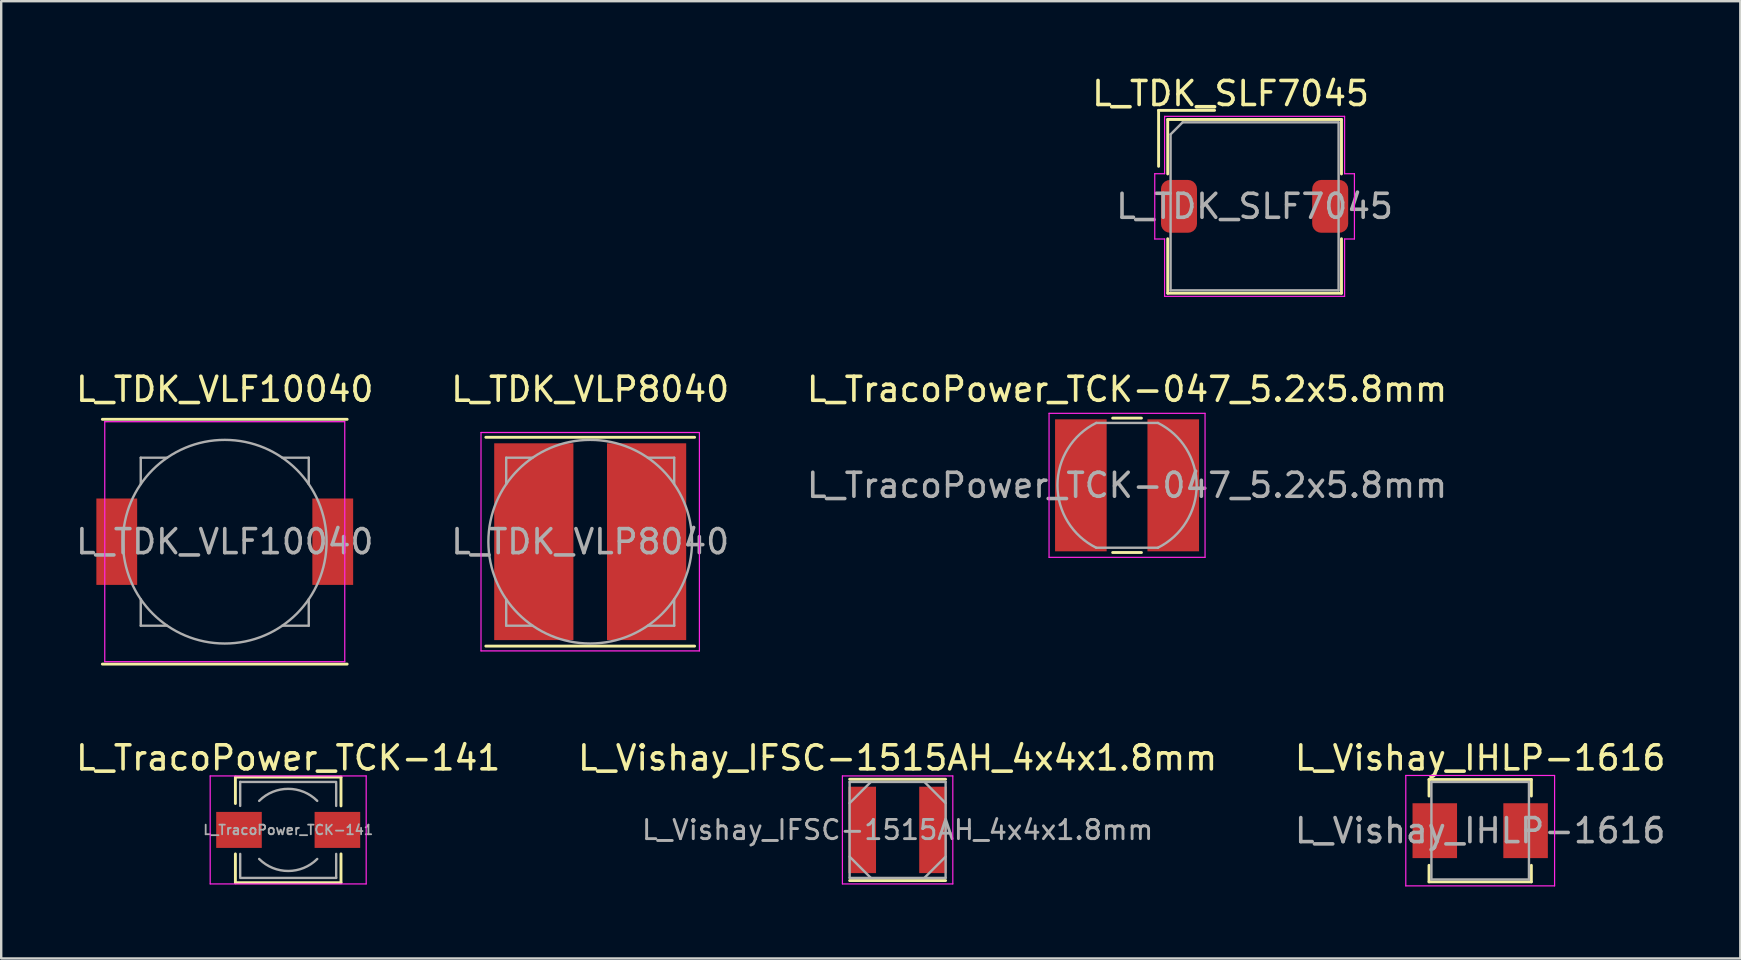
<source format=kicad_pcb>
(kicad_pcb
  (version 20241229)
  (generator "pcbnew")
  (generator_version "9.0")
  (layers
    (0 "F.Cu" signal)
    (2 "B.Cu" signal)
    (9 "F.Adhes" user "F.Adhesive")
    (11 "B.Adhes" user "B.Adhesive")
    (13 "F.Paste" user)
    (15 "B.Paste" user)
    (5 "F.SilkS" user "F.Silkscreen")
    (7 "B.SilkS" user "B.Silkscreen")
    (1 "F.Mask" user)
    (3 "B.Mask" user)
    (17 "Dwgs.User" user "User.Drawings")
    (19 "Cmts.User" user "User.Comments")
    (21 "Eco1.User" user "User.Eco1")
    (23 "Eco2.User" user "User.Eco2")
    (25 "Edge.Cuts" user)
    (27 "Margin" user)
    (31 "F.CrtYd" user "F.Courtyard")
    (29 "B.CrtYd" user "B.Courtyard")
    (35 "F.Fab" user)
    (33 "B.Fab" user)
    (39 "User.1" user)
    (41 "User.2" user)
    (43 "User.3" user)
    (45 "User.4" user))
  (footprint "L_Vishay_IHLP-1616"
    (layer "F.Cu")
    (at 58.625 31.562)
    (property "Reference" "L_Vishay_IHLP-1616" (at 0 -3.032 0) (layer "F.SilkS") (effects (font (size 1 1) (thickness 0.15))))
    (attr smd)
    (fp_line (start -2.132 -2.132) (end 2.132 -2.132) (stroke (width 0.12) (type solid)) (layer "F.SilkS"))
    (fp_line (start -2.132 -1.443) (end -2.132 -2.132) (stroke (width 0.12) (type solid)) (layer "F.SilkS"))
    (fp_line (start -2.132 1.443) (end -2.132 2.132) (stroke (width 0.12) (type solid)) (layer "F.SilkS"))
    (fp_line (start -2.132 2.132) (end 2.132 2.132) (stroke (width 0.12) (type solid)) (layer "F.SilkS"))
    (fp_line (start 2.132 -2.132) (end 2.132 -1.443) (stroke (width 0.12) (type solid)) (layer "F.SilkS"))
    (fp_line (start 2.132 2.132) (end 2.132 1.443) (stroke (width 0.12) (type solid)) (layer "F.SilkS"))
    (fp_line (start -3.1 -2.3) (end -3.1 2.3) (stroke (width 0.05) (type solid)) (layer "F.CrtYd"))
    (fp_line (start -3.1 2.3) (end 3.1 2.3) (stroke (width 0.05) (type solid)) (layer "F.CrtYd"))
    (fp_line (start 3.1 -2.3) (end -3.1 -2.3) (stroke (width 0.05) (type solid)) (layer "F.CrtYd"))
    (fp_line (start 3.1 2.3) (end 3.1 -2.3) (stroke (width 0.05) (type solid)) (layer "F.CrtYd"))
    (fp_line (start -2.032 -2.032) (end -2.032 2.032) (stroke (width 0.1) (type solid)) (layer "F.Fab"))
    (fp_line (start -2.032 2.032) (end 2.032 2.032) (stroke (width 0.1) (type solid)) (layer "F.Fab"))
    (fp_line (start 2.032 -2.032) (end -2.032 -2.032) (stroke (width 0.1) (type solid)) (layer "F.Fab"))
    (fp_line (start 2.032 2.032) (end 2.032 -2.032) (stroke (width 0.1) (type solid)) (layer "F.Fab"))
    (fp_text user "${REFERENCE}" (at 0 0 0) (layer "F.Fab") (effects (font (size 1 1) (thickness 0.15))))
    (pad "1" smd rect (at -1.892 0) (size 1.855 2.286) (layers "F.Cu" "F.Mask" "F.Paste"))
    (pad "2" smd rect (at 1.892 0) (size 1.855 2.286) (layers "F.Cu" "F.Mask" "F.Paste")))
  (footprint "L_Vishay_IFSC-1515AH_4x4x1.8mm"
    (layer "F.Cu")
    (at 34.351 31.53)
    (property "Reference" "L_Vishay_IFSC-1515AH_4x4x1.8mm" (at 0 -3 0) (layer "F.SilkS") (effects (font (size 1 1) (thickness 0.15))))
    (attr smd)
    (fp_line (start -2 -2.11) (end 2 -2.11) (stroke (width 0.12) (type solid)) (layer "F.SilkS"))
    (fp_line (start 2 2.11) (end -2 2.11) (stroke (width 0.12) (type solid)) (layer "F.SilkS"))
    (fp_line (start -2.3 -2.25) (end 2.3 -2.25) (stroke (width 0.05) (type solid)) (layer "F.CrtYd"))
    (fp_line (start -2.3 2.25) (end -2.3 -2.25) (stroke (width 0.05) (type solid)) (layer "F.CrtYd"))
    (fp_line (start 2.3 -2.25) (end 2.3 2.25) (stroke (width 0.05) (type solid)) (layer "F.CrtYd"))
    (fp_line (start 2.3 2.25) (end -2.3 2.25) (stroke (width 0.05) (type solid)) (layer "F.CrtYd"))
    (fp_line (start -2 -2) (end 2 -2) (stroke (width 0.1) (type solid)) (layer "F.Fab"))
    (fp_line (start -2 -1.115) (end -1.115 -2) (stroke (width 0.1) (type solid)) (layer "F.Fab"))
    (fp_line (start -2 2) (end -2 -2) (stroke (width 0.1) (type solid)) (layer "F.Fab"))
    (fp_line (start -1.115 2) (end -2 1.115) (stroke (width 0.1) (type solid)) (layer "F.Fab"))
    (fp_line (start 1.115 -2) (end 2 -1.115) (stroke (width 0.1) (type solid)) (layer "F.Fab"))
    (fp_line (start 2 -2) (end 2 2) (stroke (width 0.1) (type solid)) (layer "F.Fab"))
    (fp_line (start 2 1.115) (end 1.115 2) (stroke (width 0.1) (type solid)) (layer "F.Fab"))
    (fp_line (start 2 2) (end -2 2) (stroke (width 0.1) (type solid)) (layer "F.Fab"))
    (fp_text user "${REFERENCE}" (at 0 0 0) (layer "F.Fab") (effects (font (size 0.8 0.8) (thickness 0.12))))
    (pad "1" smd rect (at -1.475 0) (size 1.15 3.6) (layers "F.Cu" "F.Mask" "F.Paste"))
    (pad "2" smd rect (at 1.475 0) (size 1.15 3.6) (layers "F.Cu" "F.Mask" "F.Paste")))
  (footprint "L_TDK_VLF10040"
    (layer "F.Cu")
    (at 6.315 19.521)
    (property "Reference" "L_TDK_VLF10040" (at 0 -6.35 0) (layer "F.SilkS") (effects (font (size 1 1) (thickness 0.15))))
    (attr smd)
    (fp_line (start -5.1 -5.1) (end 5.1 -5.1) (stroke (width 0.12) (type solid)) (layer "F.SilkS"))
    (fp_line (start -5.1 5.1) (end 5.1 5.1) (stroke (width 0.12) (type solid)) (layer "F.SilkS"))
    (fp_line (start -5 -5) (end -5 5) (stroke (width 0.05) (type solid)) (layer "F.CrtYd"))
    (fp_line (start -5 5) (end 5 5) (stroke (width 0.05) (type solid)) (layer "F.CrtYd"))
    (fp_line (start 5 -5) (end -5 -5) (stroke (width 0.05) (type solid)) (layer "F.CrtYd"))
    (fp_line (start 5 5) (end 5 -5) (stroke (width 0.05) (type solid)) (layer "F.CrtYd"))
    (fp_line (start -3.5 -3.5) (end -2.4 -3.5) (stroke (width 0.1) (type solid)) (layer "F.Fab"))
    (fp_line (start -3.5 -2.4) (end -3.5 -3.5) (stroke (width 0.1) (type solid)) (layer "F.Fab"))
    (fp_line (start -3.5 2.4) (end -3.5 3.5) (stroke (width 0.1) (type solid)) (layer "F.Fab"))
    (fp_line (start -3.5 3.5) (end -2.4 3.5) (stroke (width 0.1) (type solid)) (layer "F.Fab"))
    (fp_line (start 3.5 -3.5) (end 2.4 -3.5) (stroke (width 0.1) (type solid)) (layer "F.Fab"))
    (fp_line (start 3.5 -3.5) (end 3.5 -2.4) (stroke (width 0.1) (type solid)) (layer "F.Fab"))
    (fp_line (start 3.5 2.4) (end 3.5 3.5) (stroke (width 0.1) (type solid)) (layer "F.Fab"))
    (fp_line (start 3.5 3.5) (end 2.4 3.5) (stroke (width 0.1) (type solid)) (layer "F.Fab"))
    (fp_circle (center 0 0) (end 3 3) (stroke (width 0.1) (type solid)) (fill no) (layer "F.Fab"))
    (fp_text user "${REFERENCE}" (at 0 0 0) (layer "F.Fab") (effects (font (size 1 1) (thickness 0.15))))
    (pad "1" smd rect (at -4.5 0) (size 1.7 3.6) (layers "F.Cu" "F.Mask" "F.Paste"))
    (pad "2" smd rect (at 4.5 0) (size 1.7 3.6) (layers "F.Cu" "F.Mask" "F.Paste")))
  (footprint "L_TDK_SLF7045"
    (layer "F.Cu")
    (at 49.225 5.548)
    (property "Reference" "L_TDK_SLF7045" (at -1 -4.7 0) (layer "F.SilkS") (effects (font (size 1 1) (thickness 0.15))))
    (attr smd)
    (fp_line (start -4 -4) (end -1.667 -4) (stroke (width 0.12) (type solid)) (layer "F.SilkS"))
    (fp_line (start -4 -1.667) (end -4 -4) (stroke (width 0.12) (type solid)) (layer "F.SilkS"))
    (fp_line (start -3.62 -3.62) (end -3.62 -1.35) (stroke (width 0.12) (type solid)) (layer "F.SilkS"))
    (fp_line (start -3.62 -3.62) (end 3.62 -3.62) (stroke (width 0.12) (type solid)) (layer "F.SilkS"))
    (fp_line (start -3.62 1.35) (end -3.62 3.62) (stroke (width 0.12) (type solid)) (layer "F.SilkS"))
    (fp_line (start -3.62 3.62) (end 3.62 3.62) (stroke (width 0.12) (type solid)) (layer "F.SilkS"))
    (fp_line (start 3.62 -3.62) (end 3.62 -1.35) (stroke (width 0.12) (type solid)) (layer "F.SilkS"))
    (fp_line (start 3.62 1.35) (end 3.62 3.62) (stroke (width 0.12) (type solid)) (layer "F.SilkS"))
    (fp_line (start -4.16 -1.36) (end -4.16 1.36) (stroke (width 0.05) (type solid)) (layer "F.CrtYd"))
    (fp_line (start -4.16 1.36) (end -3.75 1.36) (stroke (width 0.05) (type solid)) (layer "F.CrtYd"))
    (fp_line (start -3.75 -3.75) (end -3.75 -1.36) (stroke (width 0.05) (type solid)) (layer "F.CrtYd"))
    (fp_line (start -3.75 -3.75) (end 3.75 -3.75) (stroke (width 0.05) (type solid)) (layer "F.CrtYd"))
    (fp_line (start -3.75 -1.36) (end -4.16 -1.36) (stroke (width 0.05) (type solid)) (layer "F.CrtYd"))
    (fp_line (start -3.75 1.36) (end -3.75 3.75) (stroke (width 0.05) (type solid)) (layer "F.CrtYd"))
    (fp_line (start -3.75 3.75) (end 3.75 3.75) (stroke (width 0.05) (type solid)) (layer "F.CrtYd"))
    (fp_line (start 3.75 -3.75) (end 3.75 -1.36) (stroke (width 0.05) (type solid)) (layer "F.CrtYd"))
    (fp_line (start 3.75 -1.36) (end 4.16 -1.36) (stroke (width 0.05) (type solid)) (layer "F.CrtYd"))
    (fp_line (start 3.75 1.36) (end 3.75 3.75) (stroke (width 0.05) (type solid)) (layer "F.CrtYd"))
    (fp_line (start 4.16 -1.36) (end 4.16 1.36) (stroke (width 0.05) (type solid)) (layer "F.CrtYd"))
    (fp_line (start 4.16 1.36) (end 3.75 1.36) (stroke (width 0.05) (type solid)) (layer "F.CrtYd"))
    (fp_line (start -3.5 -3) (end -3 -3.5) (stroke (width 0.1) (type solid)) (layer "F.Fab"))
    (fp_line (start -3.5 3.5) (end -3.5 -3) (stroke (width 0.1) (type solid)) (layer "F.Fab"))
    (fp_line (start -3 -3.5) (end 3.5 -3.5) (stroke (width 0.1) (type solid)) (layer "F.Fab"))
    (fp_line (start 3.5 -3.5) (end 3.5 3.5) (stroke (width 0.1) (type solid)) (layer "F.Fab"))
    (fp_line (start 3.5 3.5) (end -3.5 3.5) (stroke (width 0.1) (type solid)) (layer "F.Fab"))
    (fp_text user "" (at -49 0.05 0) (layer "F.SilkS") (effects (font (size 3 3) (thickness 0.15))))
    (fp_text user "${REFERENCE}" (at 0 0 0) (layer "F.Fab") (effects (font (size 1 1) (thickness 0.15))))
    (pad "1" smd roundrect (at -3.15 0) (size 1.5 2.2) (layers "F.Cu" "F.Mask" "F.Paste") (roundrect_rratio 0.25))
    (pad "2" smd roundrect (at 3.15 0) (size 1.5 2.2) (layers "F.Cu" "F.Mask" "F.Paste") (roundrect_rratio 0.25)))
  (footprint "L_TracoPower_TCK-047_5.2x5.8mm"
    (layer "F.Cu")
    (at 43.911 17.172)
    (property "Reference" "L_TracoPower_TCK-047_5.2x5.8mm" (at 0 -4 0) (layer "F.SilkS") (effects (font (size 1 1) (thickness 0.15))))
    (attr smd)
    (fp_line (start -0.6 2.8) (end 0.6 2.8) (stroke (width 0.12) (type solid)) (layer "F.SilkS"))
    (fp_line (start 0.6 -2.8) (end -0.6 -2.8) (stroke (width 0.12) (type solid)) (layer "F.SilkS"))
    (fp_line (start -3.25 -3) (end -3.25 3) (stroke (width 0.05) (type solid)) (layer "F.CrtYd"))
    (fp_line (start -3.25 -3) (end 3.25 -3) (stroke (width 0.05) (type solid)) (layer "F.CrtYd"))
    (fp_line (start 3.25 3) (end -3.25 3) (stroke (width 0.05) (type solid)) (layer "F.CrtYd"))
    (fp_line (start 3.25 3) (end 3.25 -3) (stroke (width 0.05) (type solid)) (layer "F.CrtYd"))
    (fp_line (start -1.285 -2.6) (end 1.285 -2.6) (stroke (width 0.1) (type solid)) (layer "F.Fab"))
    (fp_line (start -1.285 2.6) (end 1.285 2.6) (stroke (width 0.1) (type solid)) (layer "F.Fab"))
    (fp_arc (start -1.285 2.599999) (mid -2.90021 0) (end -1.284999 -2.599999) (stroke (width 0.1) (type solid)) (layer "F.Fab"))
    (fp_arc (start 1.285 -2.599999) (mid 2.90021 0) (end 1.284999 2.599999) (stroke (width 0.1) (type solid)) (layer "F.Fab"))
    (fp_text user "${REFERENCE}" (at 0 0 0) (layer "F.Fab") (effects (font (size 1 1) (thickness 0.15))))
    (pad "1" smd rect (at -1.925 0 90) (size 5.5 2.15) (layers "F.Cu" "F.Mask" "F.Paste"))
    (pad "2" smd rect (at 1.925 0 90) (size 5.5 2.15) (layers "F.Cu" "F.Mask" "F.Paste")))
  (footprint "L_TracoPower_TCK-141"
    (layer "F.Cu")
    (at 8.958 31.53)
    (property "Reference" "L_TracoPower_TCK-141" (at 0 -3 0) (layer "F.SilkS") (effects (font (size 1 1) (thickness 0.15))))
    (attr smd)
    (fp_line (start -2.2 -2.2) (end 2.2 -2.2) (stroke (width 0.12) (type solid)) (layer "F.SilkS"))
    (fp_line (start -2.2 -1.1) (end -2.2 -2.2) (stroke (width 0.12) (type solid)) (layer "F.SilkS"))
    (fp_line (start -2.2 2.2) (end -2.2 1) (stroke (width 0.12) (type solid)) (layer "F.SilkS"))
    (fp_line (start 2.2 -2.2) (end 2.2 -1) (stroke (width 0.12) (type solid)) (layer "F.SilkS"))
    (fp_line (start 2.2 1) (end 2.2 2.2) (stroke (width 0.12) (type solid)) (layer "F.SilkS"))
    (fp_line (start 2.2 2.2) (end -2.2 2.2) (stroke (width 0.12) (type solid)) (layer "F.SilkS"))
    (fp_line (start -3.25 -2.25) (end -3.25 2.25) (stroke (width 0.05) (type solid)) (layer "F.CrtYd"))
    (fp_line (start -3.25 -2.25) (end 3.25 -2.25) (stroke (width 0.05) (type solid)) (layer "F.CrtYd"))
    (fp_line (start -3.25 2.25) (end 3.25 2.25) (stroke (width 0.05) (type solid)) (layer "F.CrtYd"))
    (fp_line (start 3.25 2.25) (end 3.25 -2.25) (stroke (width 0.05) (type solid)) (layer "F.CrtYd"))
    (fp_line (start -2 -2) (end -2 -1) (stroke (width 0.1) (type solid)) (layer "F.Fab"))
    (fp_line (start -2 -2) (end 2 -2) (stroke (width 0.1) (type solid)) (layer "F.Fab"))
    (fp_line (start -2 1.95) (end -2 1) (stroke (width 0.1) (type solid)) (layer "F.Fab"))
    (fp_line (start -2 2) (end 2 2) (stroke (width 0.1) (type solid)) (layer "F.Fab"))
    (fp_line (start 2 -1.95) (end 2 -1) (stroke (width 0.1) (type solid)) (layer "F.Fab"))
    (fp_line (start 2 2) (end 2 1) (stroke (width 0.1) (type solid)) (layer "F.Fab"))
    (fp_arc (start -1.21 -1.21) (mid 0 -1.711198) (end 1.21 -1.21) (stroke (width 0.1) (type solid)) (layer "F.Fab"))
    (fp_arc (start 1.21 1.21) (mid 0 1.711198) (end -1.21 1.21) (stroke (width 0.1) (type solid)) (layer "F.Fab"))
    (fp_text user "${REFERENCE}" (at 0 0 0) (layer "F.Fab") (effects (font (size 0.4 0.4) (thickness 0.075))))
    (pad "1" smd rect (at -2.05 0) (size 1.9 1.5) (layers "F.Cu" "F.Mask" "F.Paste"))
    (pad "2" smd rect (at 2.05 0) (size 1.9 1.5) (layers "F.Cu" "F.Mask" "F.Paste")))
  (footprint "L_TDK_VLP8040"
    (layer "F.Cu")
    (at 21.542 19.521)
    (property "Reference" "L_TDK_VLP8040" (at 0 -6.35 0) (layer "F.SilkS") (effects (font (size 1 1) (thickness 0.15))))
    (attr smd)
    (fp_line (start -4.35 -4.35) (end 4.35 -4.35) (stroke (width 0.12) (type solid)) (layer "F.SilkS"))
    (fp_line (start -4.35 4.35) (end 4.35 4.35) (stroke (width 0.12) (type solid)) (layer "F.SilkS"))
    (fp_line (start -4.55 -4.55) (end -4.55 4.55) (stroke (width 0.05) (type solid)) (layer "F.CrtYd"))
    (fp_line (start -4.55 4.55) (end 4.55 4.55) (stroke (width 0.05) (type solid)) (layer "F.CrtYd"))
    (fp_line (start 4.55 -4.55) (end -4.55 -4.55) (stroke (width 0.05) (type solid)) (layer "F.CrtYd"))
    (fp_line (start 4.55 4.55) (end 4.55 -4.55) (stroke (width 0.05) (type solid)) (layer "F.CrtYd"))
    (fp_line (start -3.5 -3.5) (end -2.4 -3.5) (stroke (width 0.1) (type solid)) (layer "F.Fab"))
    (fp_line (start -3.5 -2.4) (end -3.5 -3.5) (stroke (width 0.1) (type solid)) (layer "F.Fab"))
    (fp_line (start -3.5 2.4) (end -3.5 3.5) (stroke (width 0.1) (type solid)) (layer "F.Fab"))
    (fp_line (start -3.5 3.5) (end -2.4 3.5) (stroke (width 0.1) (type solid)) (layer "F.Fab"))
    (fp_line (start 3.5 -3.5) (end 2.4 -3.5) (stroke (width 0.1) (type solid)) (layer "F.Fab"))
    (fp_line (start 3.5 -3.5) (end 3.5 -2.4) (stroke (width 0.1) (type solid)) (layer "F.Fab"))
    (fp_line (start 3.5 2.4) (end 3.5 3.5) (stroke (width 0.1) (type solid)) (layer "F.Fab"))
    (fp_line (start 3.5 3.5) (end 2.4 3.5) (stroke (width 0.1) (type solid)) (layer "F.Fab"))
    (fp_circle (center 0 0) (end 3 3) (stroke (width 0.1) (type solid)) (fill no) (layer "F.Fab"))
    (fp_text user "${REFERENCE}" (at 0 0 0) (layer "F.Fab") (effects (font (size 1 1) (thickness 0.15))))
    (pad "1" smd rect (at -2.35 0) (size 3.3 8.2) (layers "F.Cu" "F.Mask" "F.Paste"))
    (pad "2" smd rect (at 2.35 0) (size 3.3 8.2) (layers "F.Cu" "F.Mask" "F.Paste")))
  (gr_rect
    (start -3 -3)
    (end 69.464 36.887)
    (stroke (width 0.1) (type default))
    (fill no)
    (layer "Edge.Cuts")))
</source>
